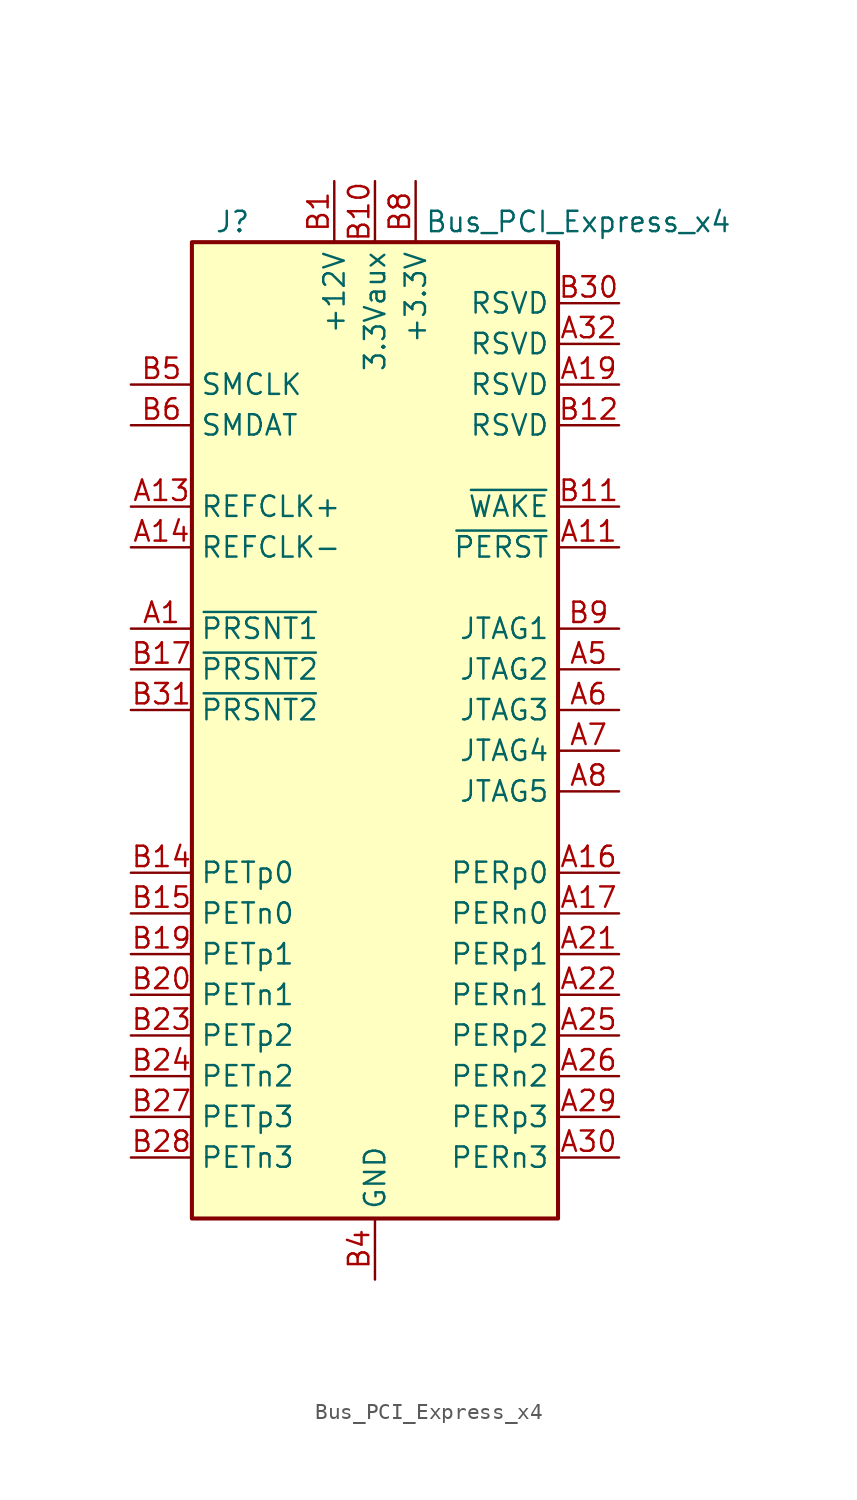
<source format=kicad_sym>
(kicad_symbol_lib
  (version 20220914)
  (generator kicad_symbol_editor)
  (symbol "Bus_PCI_Express_x4"
    (property "Reference" "J"
      (at -8.89 33.02 0)
      (effects (font (size 1.27 1.27))))
    (property "Value" "Bus_PCI_Express_x4"
      (at 12.7 33.02 0)
      (effects (font (size 1.27 1.27))))
    (symbol "Bus_PCI_Express_x4_0_1"
      (rectangle (start -11.43 31.75) (end 11.43 -29.21) (stroke (width 0.254) (type default)) (fill (type background))))
    (symbol "Bus_PCI_Express_x4_1_1"
      (pin passive line (at -15.24 7.62 0) (length 3.81) (name "~{PRSNT1}" (effects (font (size 1.27 1.27)))) (number "A1" (effects (font (size 1.27 1.27)))))
      (pin passive line (at 2.54 35.56 270) (length 3.81) hide (name "+3.3V" (effects (font (size 1.27 1.27)))) (number "A10" (effects (font (size 1.27 1.27)))))
      (pin input line (at 15.24 12.7 180) (length 3.81) (name "~{PERST}" (effects (font (size 1.27 1.27)))) (number "A11" (effects (font (size 1.27 1.27)))))
      (pin passive line (at 0 -33.02 90) (length 3.81) hide (name "GND" (effects (font (size 1.27 1.27)))) (number "A12" (effects (font (size 1.27 1.27)))))
      (pin input line (at -15.24 15.24 0) (length 3.81) (name "REFCLK+" (effects (font (size 1.27 1.27)))) (number "A13" (effects (font (size 1.27 1.27)))))
      (pin input line (at -15.24 12.7 0) (length 3.81) (name "REFCLK-" (effects (font (size 1.27 1.27)))) (number "A14" (effects (font (size 1.27 1.27)))))
      (pin passive line (at 0 -33.02 90) (length 3.81) hide (name "GND" (effects (font (size 1.27 1.27)))) (number "A15" (effects (font (size 1.27 1.27)))))
      (pin output line (at 15.24 -7.62 180) (length 3.81) (name "PERp0" (effects (font (size 1.27 1.27)))) (number "A16" (effects (font (size 1.27 1.27)))))
      (pin output line (at 15.24 -10.16 180) (length 3.81) (name "PERn0" (effects (font (size 1.27 1.27)))) (number "A17" (effects (font (size 1.27 1.27)))))
      (pin passive line (at 0 -33.02 90) (length 3.81) hide (name "GND" (effects (font (size 1.27 1.27)))) (number "A18" (effects (font (size 1.27 1.27)))))
      (pin passive line (at 15.24 22.86 180) (length 3.81) (name "RSVD" (effects (font (size 1.27 1.27)))) (number "A19" (effects (font (size 1.27 1.27)))))
      (pin passive line (at -2.54 35.56 270) (length 3.81) hide (name "+12V" (effects (font (size 1.27 1.27)))) (number "A2" (effects (font (size 1.27 1.27)))))
      (pin passive line (at 0 -33.02 90) (length 3.81) hide (name "GND" (effects (font (size 1.27 1.27)))) (number "A20" (effects (font (size 1.27 1.27)))))
      (pin output line (at 15.24 -12.7 180) (length 3.81) (name "PERp1" (effects (font (size 1.27 1.27)))) (number "A21" (effects (font (size 1.27 1.27)))))
      (pin output line (at 15.24 -15.24 180) (length 3.81) (name "PERn1" (effects (font (size 1.27 1.27)))) (number "A22" (effects (font (size 1.27 1.27)))))
      (pin passive line (at 0 -33.02 90) (length 3.81) hide (name "GND" (effects (font (size 1.27 1.27)))) (number "A23" (effects (font (size 1.27 1.27)))))
      (pin passive line (at 0 -33.02 90) (length 3.81) hide (name "GND" (effects (font (size 1.27 1.27)))) (number "A24" (effects (font (size 1.27 1.27)))))
      (pin output line (at 15.24 -17.78 180) (length 3.81) (name "PERp2" (effects (font (size 1.27 1.27)))) (number "A25" (effects (font (size 1.27 1.27)))))
      (pin output line (at 15.24 -20.32 180) (length 3.81) (name "PERn2" (effects (font (size 1.27 1.27)))) (number "A26" (effects (font (size 1.27 1.27)))))
      (pin passive line (at 0 -33.02 90) (length 3.81) hide (name "GND" (effects (font (size 1.27 1.27)))) (number "A27" (effects (font (size 1.27 1.27)))))
      (pin passive line (at 0 -33.02 90) (length 3.81) hide (name "GND" (effects (font (size 1.27 1.27)))) (number "A28" (effects (font (size 1.27 1.27)))))
      (pin output line (at 15.24 -22.86 180) (length 3.81) (name "PERp3" (effects (font (size 1.27 1.27)))) (number "A29" (effects (font (size 1.27 1.27)))))
      (pin passive line (at -2.54 35.56 270) (length 3.81) hide (name "+12V" (effects (font (size 1.27 1.27)))) (number "A3" (effects (font (size 1.27 1.27)))))
      (pin output line (at 15.24 -25.4 180) (length 3.81) (name "PERn3" (effects (font (size 1.27 1.27)))) (number "A30" (effects (font (size 1.27 1.27)))))
      (pin passive line (at 0 -33.02 90) (length 3.81) hide (name "GND" (effects (font (size 1.27 1.27)))) (number "A31" (effects (font (size 1.27 1.27)))))
      (pin passive line (at 15.24 25.4 180) (length 3.81) (name "RSVD" (effects (font (size 1.27 1.27)))) (number "A32" (effects (font (size 1.27 1.27)))))
      (pin passive line (at 0 -33.02 90) (length 3.81) hide (name "GND" (effects (font (size 1.27 1.27)))) (number "A4" (effects (font (size 1.27 1.27)))))
      (pin input line (at 15.24 5.08 180) (length 3.81) (name "JTAG2" (effects (font (size 1.27 1.27)))) (number "A5" (effects (font (size 1.27 1.27)))))
      (pin input line (at 15.24 2.54 180) (length 3.81) (name "JTAG3" (effects (font (size 1.27 1.27)))) (number "A6" (effects (font (size 1.27 1.27)))))
      (pin output line (at 15.24 0 180) (length 3.81) (name "JTAG4" (effects (font (size 1.27 1.27)))) (number "A7" (effects (font (size 1.27 1.27)))))
      (pin input line (at 15.24 -2.54 180) (length 3.81) (name "JTAG5" (effects (font (size 1.27 1.27)))) (number "A8" (effects (font (size 1.27 1.27)))))
      (pin passive line (at 2.54 35.56 270) (length 3.81) hide (name "+3.3V" (effects (font (size 1.27 1.27)))) (number "A9" (effects (font (size 1.27 1.27)))))
      (pin power_in line (at -2.54 35.56 270) (length 3.81) (name "+12V" (effects (font (size 1.27 1.27)))) (number "B1" (effects (font (size 1.27 1.27)))))
      (pin power_in line (at 0 35.56 270) (length 3.81) (name "3.3Vaux" (effects (font (size 1.27 1.27)))) (number "B10" (effects (font (size 1.27 1.27)))))
      (pin open_collector line (at 15.24 15.24 180) (length 3.81) (name "~{WAKE}" (effects (font (size 1.27 1.27)))) (number "B11" (effects (font (size 1.27 1.27)))))
      (pin passive line (at 15.24 20.32 180) (length 3.81) (name "RSVD" (effects (font (size 1.27 1.27)))) (number "B12" (effects (font (size 1.27 1.27)))))
      (pin passive line (at 0 -33.02 90) (length 3.81) hide (name "GND" (effects (font (size 1.27 1.27)))) (number "B13" (effects (font (size 1.27 1.27)))))
      (pin input line (at -15.24 -7.62 0) (length 3.81) (name "PETp0" (effects (font (size 1.27 1.27)))) (number "B14" (effects (font (size 1.27 1.27)))))
      (pin input line (at -15.24 -10.16 0) (length 3.81) (name "PETn0" (effects (font (size 1.27 1.27)))) (number "B15" (effects (font (size 1.27 1.27)))))
      (pin passive line (at 0 -33.02 90) (length 3.81) hide (name "GND" (effects (font (size 1.27 1.27)))) (number "B16" (effects (font (size 1.27 1.27)))))
      (pin passive line (at -15.24 5.08 0) (length 3.81) (name "~{PRSNT2}" (effects (font (size 1.27 1.27)))) (number "B17" (effects (font (size 1.27 1.27)))))
      (pin passive line (at 0 -33.02 90) (length 3.81) hide (name "GND" (effects (font (size 1.27 1.27)))) (number "B18" (effects (font (size 1.27 1.27)))))
      (pin input line (at -15.24 -12.7 0) (length 3.81) (name "PETp1" (effects (font (size 1.27 1.27)))) (number "B19" (effects (font (size 1.27 1.27)))))
      (pin passive line (at -2.54 35.56 270) (length 3.81) hide (name "+12V" (effects (font (size 1.27 1.27)))) (number "B2" (effects (font (size 1.27 1.27)))))
      (pin input line (at -15.24 -15.24 0) (length 3.81) (name "PETn1" (effects (font (size 1.27 1.27)))) (number "B20" (effects (font (size 1.27 1.27)))))
      (pin passive line (at 0 -33.02 90) (length 3.81) hide (name "GND" (effects (font (size 1.27 1.27)))) (number "B21" (effects (font (size 1.27 1.27)))))
      (pin passive line (at 0 -33.02 90) (length 3.81) hide (name "GND" (effects (font (size 1.27 1.27)))) (number "B22" (effects (font (size 1.27 1.27)))))
      (pin input line (at -15.24 -17.78 0) (length 3.81) (name "PETp2" (effects (font (size 1.27 1.27)))) (number "B23" (effects (font (size 1.27 1.27)))))
      (pin input line (at -15.24 -20.32 0) (length 3.81) (name "PETn2" (effects (font (size 1.27 1.27)))) (number "B24" (effects (font (size 1.27 1.27)))))
      (pin passive line (at 0 -33.02 90) (length 3.81) hide (name "GND" (effects (font (size 1.27 1.27)))) (number "B25" (effects (font (size 1.27 1.27)))))
      (pin passive line (at 0 -33.02 90) (length 3.81) hide (name "GND" (effects (font (size 1.27 1.27)))) (number "B26" (effects (font (size 1.27 1.27)))))
      (pin input line (at -15.24 -22.86 0) (length 3.81) (name "PETp3" (effects (font (size 1.27 1.27)))) (number "B27" (effects (font (size 1.27 1.27)))))
      (pin input line (at -15.24 -25.4 0) (length 3.81) (name "PETn3" (effects (font (size 1.27 1.27)))) (number "B28" (effects (font (size 1.27 1.27)))))
      (pin passive line (at 0 -33.02 90) (length 3.81) hide (name "GND" (effects (font (size 1.27 1.27)))) (number "B29" (effects (font (size 1.27 1.27)))))
      (pin passive line (at -2.54 35.56 270) (length 3.81) hide (name "+12V" (effects (font (size 1.27 1.27)))) (number "B3" (effects (font (size 1.27 1.27)))))
      (pin passive line (at 15.24 27.94 180) (length 3.81) (name "RSVD" (effects (font (size 1.27 1.27)))) (number "B30" (effects (font (size 1.27 1.27)))))
      (pin passive line (at -15.24 2.54 0) (length 3.81) (name "~{PRSNT2}" (effects (font (size 1.27 1.27)))) (number "B31" (effects (font (size 1.27 1.27)))))
      (pin passive line (at 0 -33.02 90) (length 3.81) hide (name "GND" (effects (font (size 1.27 1.27)))) (number "B32" (effects (font (size 1.27 1.27)))))
      (pin power_in line (at 0 -33.02 90) (length 3.81) (name "GND" (effects (font (size 1.27 1.27)))) (number "B4" (effects (font (size 1.27 1.27)))))
      (pin input line (at -15.24 22.86 0) (length 3.81) (name "SMCLK" (effects (font (size 1.27 1.27)))) (number "B5" (effects (font (size 1.27 1.27)))))
      (pin bidirectional line (at -15.24 20.32 0) (length 3.81) (name "SMDAT" (effects (font (size 1.27 1.27)))) (number "B6" (effects (font (size 1.27 1.27)))))
      (pin passive line (at 0 -33.02 90) (length 3.81) hide (name "GND" (effects (font (size 1.27 1.27)))) (number "B7" (effects (font (size 1.27 1.27)))))
      (pin power_in line (at 2.54 35.56 270) (length 3.81) (name "+3.3V" (effects (font (size 1.27 1.27)))) (number "B8" (effects (font (size 1.27 1.27)))))
      (pin input line (at 15.24 7.62 180) (length 3.81) (name "JTAG1" (effects (font (size 1.27 1.27)))) (number "B9" (effects (font (size 1.27 1.27))))))))
</source>
